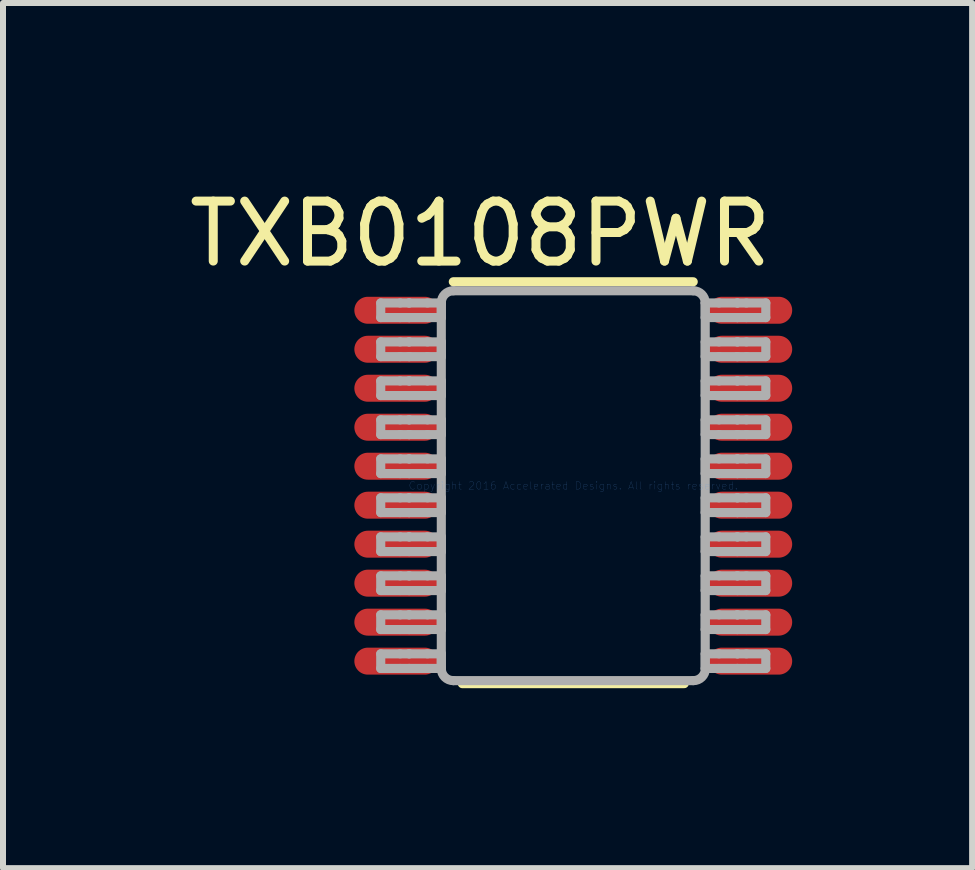
<source format=kicad_pcb>
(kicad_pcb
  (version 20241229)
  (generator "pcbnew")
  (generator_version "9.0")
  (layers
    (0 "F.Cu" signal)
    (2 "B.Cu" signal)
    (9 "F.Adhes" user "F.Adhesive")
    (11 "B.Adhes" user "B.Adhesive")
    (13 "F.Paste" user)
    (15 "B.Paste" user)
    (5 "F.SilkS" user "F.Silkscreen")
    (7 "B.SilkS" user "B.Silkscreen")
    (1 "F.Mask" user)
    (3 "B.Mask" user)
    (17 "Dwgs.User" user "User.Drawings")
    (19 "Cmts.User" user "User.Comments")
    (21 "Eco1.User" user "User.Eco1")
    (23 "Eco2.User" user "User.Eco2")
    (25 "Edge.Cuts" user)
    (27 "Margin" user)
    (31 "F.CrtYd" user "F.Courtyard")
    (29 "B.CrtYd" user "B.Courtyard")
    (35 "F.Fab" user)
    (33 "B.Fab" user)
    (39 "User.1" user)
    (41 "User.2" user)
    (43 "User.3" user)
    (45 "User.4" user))
  (footprint "TXB0108PWR"
    (layer "F.Cu")
    (at 6.508 5.048)
    (property "Reference" "TXB0108PWR" (at -1.55 -4.2 0) (layer "F.SilkS") (effects (font (size 1 1) (thickness 0.15))))
    (attr through_hole)
    (fp_line (start -2 -3.4) (end 2 -3.4) (stroke (width 0.152) (type solid)) (layer "F.SilkS"))
    (fp_line (start -1.85 3.3) (end 1.85 3.3) (stroke (width 0.152) (type solid)) (layer "F.SilkS"))
    (fp_line (start -3.21 -3.047) (end -2.887 -3.047) (stroke (width 0.152) (type solid)) (layer "F.Fab"))
    (fp_line (start -3.21 -2.803) (end -3.21 -3.047) (stroke (width 0.152) (type solid)) (layer "F.Fab"))
    (fp_line (start -3.21 -2.803) (end -2.887 -2.803) (stroke (width 0.152) (type solid)) (layer "F.Fab"))
    (fp_line (start -3.21 -2.398) (end -2.887 -2.398) (stroke (width 0.152) (type solid)) (layer "F.Fab"))
    (fp_line (start -3.21 -2.152) (end -3.21 -2.398) (stroke (width 0.152) (type solid)) (layer "F.Fab"))
    (fp_line (start -3.21 -2.152) (end -2.887 -2.152) (stroke (width 0.152) (type solid)) (layer "F.Fab"))
    (fp_line (start -3.21 -1.747) (end -2.887 -1.747) (stroke (width 0.152) (type solid)) (layer "F.Fab"))
    (fp_line (start -3.21 -1.503) (end -3.21 -1.747) (stroke (width 0.152) (type solid)) (layer "F.Fab"))
    (fp_line (start -3.21 -1.503) (end -2.887 -1.503) (stroke (width 0.152) (type solid)) (layer "F.Fab"))
    (fp_line (start -3.21 -1.098) (end -2.887 -1.098) (stroke (width 0.152) (type solid)) (layer "F.Fab"))
    (fp_line (start -3.21 -0.852) (end -3.21 -1.098) (stroke (width 0.152) (type solid)) (layer "F.Fab"))
    (fp_line (start -3.21 -0.852) (end -2.887 -0.852) (stroke (width 0.152) (type solid)) (layer "F.Fab"))
    (fp_line (start -3.21 -0.447) (end -2.887 -0.447) (stroke (width 0.152) (type solid)) (layer "F.Fab"))
    (fp_line (start -3.21 -0.202) (end -3.21 -0.447) (stroke (width 0.152) (type solid)) (layer "F.Fab"))
    (fp_line (start -3.21 -0.202) (end -2.887 -0.202) (stroke (width 0.152) (type solid)) (layer "F.Fab"))
    (fp_line (start -3.21 0.202) (end -2.887 0.202) (stroke (width 0.152) (type solid)) (layer "F.Fab"))
    (fp_line (start -3.21 0.448) (end -3.21 0.202) (stroke (width 0.152) (type solid)) (layer "F.Fab"))
    (fp_line (start -3.21 0.448) (end -2.887 0.448) (stroke (width 0.152) (type solid)) (layer "F.Fab"))
    (fp_line (start -3.21 0.853) (end -2.887 0.853) (stroke (width 0.152) (type solid)) (layer "F.Fab"))
    (fp_line (start -3.21 1.098) (end -3.21 0.853) (stroke (width 0.152) (type solid)) (layer "F.Fab"))
    (fp_line (start -3.21 1.098) (end -2.887 1.098) (stroke (width 0.152) (type solid)) (layer "F.Fab"))
    (fp_line (start -3.21 1.503) (end -2.887 1.503) (stroke (width 0.152) (type solid)) (layer "F.Fab"))
    (fp_line (start -3.21 1.748) (end -3.21 1.503) (stroke (width 0.152) (type solid)) (layer "F.Fab"))
    (fp_line (start -3.21 1.748) (end -2.887 1.748) (stroke (width 0.152) (type solid)) (layer "F.Fab"))
    (fp_line (start -3.21 2.153) (end -2.887 2.153) (stroke (width 0.152) (type solid)) (layer "F.Fab"))
    (fp_line (start -3.21 2.398) (end -3.21 2.153) (stroke (width 0.152) (type solid)) (layer "F.Fab"))
    (fp_line (start -3.21 2.398) (end -2.887 2.398) (stroke (width 0.152) (type solid)) (layer "F.Fab"))
    (fp_line (start -3.21 2.803) (end -2.887 2.803) (stroke (width 0.152) (type solid)) (layer "F.Fab"))
    (fp_line (start -3.21 3.047) (end -3.21 2.803) (stroke (width 0.152) (type solid)) (layer "F.Fab"))
    (fp_line (start -3.21 3.047) (end -2.887 3.047) (stroke (width 0.152) (type solid)) (layer "F.Fab"))
    (fp_line (start -2.887 -3.047) (end -2.739 -3.047) (stroke (width 0.152) (type solid)) (layer "F.Fab"))
    (fp_line (start -2.887 -2.803) (end -2.739 -2.803) (stroke (width 0.152) (type solid)) (layer "F.Fab"))
    (fp_line (start -2.887 -2.398) (end -2.739 -2.398) (stroke (width 0.152) (type solid)) (layer "F.Fab"))
    (fp_line (start -2.887 -2.152) (end -2.739 -2.152) (stroke (width 0.152) (type solid)) (layer "F.Fab"))
    (fp_line (start -2.887 -1.747) (end -2.739 -1.747) (stroke (width 0.152) (type solid)) (layer "F.Fab"))
    (fp_line (start -2.887 -1.503) (end -2.739 -1.503) (stroke (width 0.152) (type solid)) (layer "F.Fab"))
    (fp_line (start -2.887 -1.098) (end -2.739 -1.098) (stroke (width 0.152) (type solid)) (layer "F.Fab"))
    (fp_line (start -2.887 -0.852) (end -2.739 -0.852) (stroke (width 0.152) (type solid)) (layer "F.Fab"))
    (fp_line (start -2.887 -0.447) (end -2.739 -0.447) (stroke (width 0.152) (type solid)) (layer "F.Fab"))
    (fp_line (start -2.887 -0.202) (end -2.739 -0.202) (stroke (width 0.152) (type solid)) (layer "F.Fab"))
    (fp_line (start -2.887 0.202) (end -2.739 0.202) (stroke (width 0.152) (type solid)) (layer "F.Fab"))
    (fp_line (start -2.887 0.448) (end -2.739 0.448) (stroke (width 0.152) (type solid)) (layer "F.Fab"))
    (fp_line (start -2.887 0.853) (end -2.739 0.853) (stroke (width 0.152) (type solid)) (layer "F.Fab"))
    (fp_line (start -2.887 1.098) (end -2.739 1.098) (stroke (width 0.152) (type solid)) (layer "F.Fab"))
    (fp_line (start -2.887 1.503) (end -2.739 1.503) (stroke (width 0.152) (type solid)) (layer "F.Fab"))
    (fp_line (start -2.887 1.748) (end -2.739 1.748) (stroke (width 0.152) (type solid)) (layer "F.Fab"))
    (fp_line (start -2.887 2.153) (end -2.739 2.153) (stroke (width 0.152) (type solid)) (layer "F.Fab"))
    (fp_line (start -2.887 2.398) (end -2.739 2.398) (stroke (width 0.152) (type solid)) (layer "F.Fab"))
    (fp_line (start -2.887 2.803) (end -2.739 2.803) (stroke (width 0.152) (type solid)) (layer "F.Fab"))
    (fp_line (start -2.887 3.047) (end -2.739 3.047) (stroke (width 0.152) (type solid)) (layer "F.Fab"))
    (fp_line (start -2.739 -3.047) (end -2.733 -3.047) (stroke (width 0.152) (type solid)) (layer "F.Fab"))
    (fp_line (start -2.739 -2.803) (end -2.733 -2.803) (stroke (width 0.152) (type solid)) (layer "F.Fab"))
    (fp_line (start -2.739 -2.398) (end -2.733 -2.398) (stroke (width 0.152) (type solid)) (layer "F.Fab"))
    (fp_line (start -2.739 -2.152) (end -2.733 -2.152) (stroke (width 0.152) (type solid)) (layer "F.Fab"))
    (fp_line (start -2.739 -1.747) (end -2.733 -1.747) (stroke (width 0.152) (type solid)) (layer "F.Fab"))
    (fp_line (start -2.739 -1.503) (end -2.733 -1.503) (stroke (width 0.152) (type solid)) (layer "F.Fab"))
    (fp_line (start -2.739 -1.098) (end -2.733 -1.098) (stroke (width 0.152) (type solid)) (layer "F.Fab"))
    (fp_line (start -2.739 -0.852) (end -2.733 -0.852) (stroke (width 0.152) (type solid)) (layer "F.Fab"))
    (fp_line (start -2.739 -0.447) (end -2.733 -0.447) (stroke (width 0.152) (type solid)) (layer "F.Fab"))
    (fp_line (start -2.739 -0.202) (end -2.733 -0.202) (stroke (width 0.152) (type solid)) (layer "F.Fab"))
    (fp_line (start -2.739 0.202) (end -2.733 0.202) (stroke (width 0.152) (type solid)) (layer "F.Fab"))
    (fp_line (start -2.739 0.448) (end -2.733 0.448) (stroke (width 0.152) (type solid)) (layer "F.Fab"))
    (fp_line (start -2.739 0.853) (end -2.733 0.853) (stroke (width 0.152) (type solid)) (layer "F.Fab"))
    (fp_line (start -2.739 1.098) (end -2.733 1.098) (stroke (width 0.152) (type solid)) (layer "F.Fab"))
    (fp_line (start -2.739 1.503) (end -2.733 1.503) (stroke (width 0.152) (type solid)) (layer "F.Fab"))
    (fp_line (start -2.739 1.748) (end -2.733 1.748) (stroke (width 0.152) (type solid)) (layer "F.Fab"))
    (fp_line (start -2.739 2.153) (end -2.733 2.153) (stroke (width 0.152) (type solid)) (layer "F.Fab"))
    (fp_line (start -2.739 2.398) (end -2.733 2.398) (stroke (width 0.152) (type solid)) (layer "F.Fab"))
    (fp_line (start -2.739 2.803) (end -2.733 2.803) (stroke (width 0.152) (type solid)) (layer "F.Fab"))
    (fp_line (start -2.739 3.047) (end -2.733 3.047) (stroke (width 0.152) (type solid)) (layer "F.Fab"))
    (fp_line (start -2.733 -3.047) (end -2.431 -3.047) (stroke (width 0.152) (type solid)) (layer "F.Fab"))
    (fp_line (start -2.733 -2.803) (end -2.431 -2.803) (stroke (width 0.152) (type solid)) (layer "F.Fab"))
    (fp_line (start -2.733 -2.398) (end -2.431 -2.398) (stroke (width 0.152) (type solid)) (layer "F.Fab"))
    (fp_line (start -2.733 -2.152) (end -2.431 -2.152) (stroke (width 0.152) (type solid)) (layer "F.Fab"))
    (fp_line (start -2.733 -1.747) (end -2.431 -1.747) (stroke (width 0.152) (type solid)) (layer "F.Fab"))
    (fp_line (start -2.733 -1.503) (end -2.431 -1.503) (stroke (width 0.152) (type solid)) (layer "F.Fab"))
    (fp_line (start -2.733 -1.098) (end -2.431 -1.098) (stroke (width 0.152) (type solid)) (layer "F.Fab"))
    (fp_line (start -2.733 -0.852) (end -2.431 -0.852) (stroke (width 0.152) (type solid)) (layer "F.Fab"))
    (fp_line (start -2.733 -0.447) (end -2.431 -0.447) (stroke (width 0.152) (type solid)) (layer "F.Fab"))
    (fp_line (start -2.733 -0.202) (end -2.431 -0.202) (stroke (width 0.152) (type solid)) (layer "F.Fab"))
    (fp_line (start -2.733 0.202) (end -2.431 0.202) (stroke (width 0.152) (type solid)) (layer "F.Fab"))
    (fp_line (start -2.733 0.448) (end -2.431 0.448) (stroke (width 0.152) (type solid)) (layer "F.Fab"))
    (fp_line (start -2.733 0.853) (end -2.431 0.853) (stroke (width 0.152) (type solid)) (layer "F.Fab"))
    (fp_line (start -2.733 1.098) (end -2.431 1.098) (stroke (width 0.152) (type solid)) (layer "F.Fab"))
    (fp_line (start -2.733 1.503) (end -2.431 1.503) (stroke (width 0.152) (type solid)) (layer "F.Fab"))
    (fp_line (start -2.733 1.748) (end -2.431 1.748) (stroke (width 0.152) (type solid)) (layer "F.Fab"))
    (fp_line (start -2.733 2.153) (end -2.431 2.153) (stroke (width 0.152) (type solid)) (layer "F.Fab"))
    (fp_line (start -2.733 2.398) (end -2.431 2.398) (stroke (width 0.152) (type solid)) (layer "F.Fab"))
    (fp_line (start -2.733 2.803) (end -2.431 2.803) (stroke (width 0.152) (type solid)) (layer "F.Fab"))
    (fp_line (start -2.733 3.047) (end -2.431 3.047) (stroke (width 0.152) (type solid)) (layer "F.Fab"))
    (fp_line (start -2.431 -3.047) (end -2.2 -3.047) (stroke (width 0.152) (type solid)) (layer "F.Fab"))
    (fp_line (start -2.431 -2.803) (end -2.2 -2.803) (stroke (width 0.152) (type solid)) (layer "F.Fab"))
    (fp_line (start -2.431 -2.398) (end -2.2 -2.398) (stroke (width 0.152) (type solid)) (layer "F.Fab"))
    (fp_line (start -2.431 -2.152) (end -2.2 -2.152) (stroke (width 0.152) (type solid)) (layer "F.Fab"))
    (fp_line (start -2.431 -1.747) (end -2.2 -1.747) (stroke (width 0.152) (type solid)) (layer "F.Fab"))
    (fp_line (start -2.431 -1.503) (end -2.2 -1.503) (stroke (width 0.152) (type solid)) (layer "F.Fab"))
    (fp_line (start -2.431 -1.098) (end -2.2 -1.098) (stroke (width 0.152) (type solid)) (layer "F.Fab"))
    (fp_line (start -2.431 -0.852) (end -2.2 -0.852) (stroke (width 0.152) (type solid)) (layer "F.Fab"))
    (fp_line (start -2.431 -0.447) (end -2.2 -0.447) (stroke (width 0.152) (type solid)) (layer "F.Fab"))
    (fp_line (start -2.431 -0.202) (end -2.2 -0.202) (stroke (width 0.152) (type solid)) (layer "F.Fab"))
    (fp_line (start -2.431 0.202) (end -2.2 0.202) (stroke (width 0.152) (type solid)) (layer "F.Fab"))
    (fp_line (start -2.431 0.448) (end -2.2 0.448) (stroke (width 0.152) (type solid)) (layer "F.Fab"))
    (fp_line (start -2.431 0.853) (end -2.2 0.853) (stroke (width 0.152) (type solid)) (layer "F.Fab"))
    (fp_line (start -2.431 1.098) (end -2.2 1.098) (stroke (width 0.152) (type solid)) (layer "F.Fab"))
    (fp_line (start -2.431 1.503) (end -2.2 1.503) (stroke (width 0.152) (type solid)) (layer "F.Fab"))
    (fp_line (start -2.431 1.748) (end -2.2 1.748) (stroke (width 0.152) (type solid)) (layer "F.Fab"))
    (fp_line (start -2.431 2.153) (end -2.2 2.153) (stroke (width 0.152) (type solid)) (layer "F.Fab"))
    (fp_line (start -2.431 2.398) (end -2.2 2.398) (stroke (width 0.152) (type solid)) (layer "F.Fab"))
    (fp_line (start -2.431 2.803) (end -2.2 2.803) (stroke (width 0.152) (type solid)) (layer "F.Fab"))
    (fp_line (start -2.431 3.047) (end -2.2 3.047) (stroke (width 0.152) (type solid)) (layer "F.Fab"))
    (fp_line (start -2.2 -2.803) (end -2.2 -3.047) (stroke (width 0.152) (type solid)) (layer "F.Fab"))
    (fp_line (start -2.2 -2.152) (end -2.2 -2.398) (stroke (width 0.152) (type solid)) (layer "F.Fab"))
    (fp_line (start -2.2 -1.503) (end -2.2 -1.747) (stroke (width 0.152) (type solid)) (layer "F.Fab"))
    (fp_line (start -2.2 -0.852) (end -2.2 -1.098) (stroke (width 0.152) (type solid)) (layer "F.Fab"))
    (fp_line (start -2.2 -0.202) (end -2.2 -0.447) (stroke (width 0.152) (type solid)) (layer "F.Fab"))
    (fp_line (start -2.2 0.448) (end -2.2 0.202) (stroke (width 0.152) (type solid)) (layer "F.Fab"))
    (fp_line (start -2.2 1.098) (end -2.2 0.853) (stroke (width 0.152) (type solid)) (layer "F.Fab"))
    (fp_line (start -2.2 1.748) (end -2.2 1.503) (stroke (width 0.152) (type solid)) (layer "F.Fab"))
    (fp_line (start -2.2 2.398) (end -2.2 2.153) (stroke (width 0.152) (type solid)) (layer "F.Fab"))
    (fp_line (start -2.2 3.047) (end -2.2 2.803) (stroke (width 0.152) (type solid)) (layer "F.Fab"))
    (fp_line (start -2.2 3.05) (end -2.2 -3.05) (stroke (width 0.152) (type solid)) (layer "F.Fab"))
    (fp_line (start -2 -3.25) (end 2 -3.25) (stroke (width 0.152) (type solid)) (layer "F.Fab"))
    (fp_line (start -2 3.25) (end 2 3.25) (stroke (width 0.152) (type solid)) (layer "F.Fab"))
    (fp_line (start 2.2 -3.047) (end 2.43 -3.047) (stroke (width 0.152) (type solid)) (layer "F.Fab"))
    (fp_line (start 2.2 -2.803) (end 2.2 -3.047) (stroke (width 0.152) (type solid)) (layer "F.Fab"))
    (fp_line (start 2.2 -2.803) (end 2.43 -2.803) (stroke (width 0.152) (type solid)) (layer "F.Fab"))
    (fp_line (start 2.2 -2.398) (end 2.43 -2.398) (stroke (width 0.152) (type solid)) (layer "F.Fab"))
    (fp_line (start 2.2 -2.152) (end 2.2 -2.398) (stroke (width 0.152) (type solid)) (layer "F.Fab"))
    (fp_line (start 2.2 -2.152) (end 2.43 -2.152) (stroke (width 0.152) (type solid)) (layer "F.Fab"))
    (fp_line (start 2.2 -1.747) (end 2.43 -1.747) (stroke (width 0.152) (type solid)) (layer "F.Fab"))
    (fp_line (start 2.2 -1.503) (end 2.2 -1.747) (stroke (width 0.152) (type solid)) (layer "F.Fab"))
    (fp_line (start 2.2 -1.503) (end 2.43 -1.503) (stroke (width 0.152) (type solid)) (layer "F.Fab"))
    (fp_line (start 2.2 -1.098) (end 2.43 -1.098) (stroke (width 0.152) (type solid)) (layer "F.Fab"))
    (fp_line (start 2.2 -0.852) (end 2.2 -1.098) (stroke (width 0.152) (type solid)) (layer "F.Fab"))
    (fp_line (start 2.2 -0.852) (end 2.43 -0.852) (stroke (width 0.152) (type solid)) (layer "F.Fab"))
    (fp_line (start 2.2 -0.447) (end 2.43 -0.447) (stroke (width 0.152) (type solid)) (layer "F.Fab"))
    (fp_line (start 2.2 -0.202) (end 2.2 -0.447) (stroke (width 0.152) (type solid)) (layer "F.Fab"))
    (fp_line (start 2.2 -0.202) (end 2.43 -0.202) (stroke (width 0.152) (type solid)) (layer "F.Fab"))
    (fp_line (start 2.2 0.202) (end 2.43 0.202) (stroke (width 0.152) (type solid)) (layer "F.Fab"))
    (fp_line (start 2.2 0.448) (end 2.2 0.202) (stroke (width 0.152) (type solid)) (layer "F.Fab"))
    (fp_line (start 2.2 0.448) (end 2.43 0.448) (stroke (width 0.152) (type solid)) (layer "F.Fab"))
    (fp_line (start 2.2 0.853) (end 2.43 0.853) (stroke (width 0.152) (type solid)) (layer "F.Fab"))
    (fp_line (start 2.2 1.098) (end 2.2 0.853) (stroke (width 0.152) (type solid)) (layer "F.Fab"))
    (fp_line (start 2.2 1.098) (end 2.43 1.098) (stroke (width 0.152) (type solid)) (layer "F.Fab"))
    (fp_line (start 2.2 1.503) (end 2.43 1.503) (stroke (width 0.152) (type solid)) (layer "F.Fab"))
    (fp_line (start 2.2 1.748) (end 2.2 1.503) (stroke (width 0.152) (type solid)) (layer "F.Fab"))
    (fp_line (start 2.2 1.748) (end 2.43 1.748) (stroke (width 0.152) (type solid)) (layer "F.Fab"))
    (fp_line (start 2.2 2.153) (end 2.43 2.153) (stroke (width 0.152) (type solid)) (layer "F.Fab"))
    (fp_line (start 2.2 2.398) (end 2.2 2.153) (stroke (width 0.152) (type solid)) (layer "F.Fab"))
    (fp_line (start 2.2 2.398) (end 2.43 2.398) (stroke (width 0.152) (type solid)) (layer "F.Fab"))
    (fp_line (start 2.2 2.803) (end 2.43 2.803) (stroke (width 0.152) (type solid)) (layer "F.Fab"))
    (fp_line (start 2.2 3.047) (end 2.2 2.803) (stroke (width 0.152) (type solid)) (layer "F.Fab"))
    (fp_line (start 2.2 3.047) (end 2.43 3.047) (stroke (width 0.152) (type solid)) (layer "F.Fab"))
    (fp_line (start 2.2 3.05) (end 2.2 -3.05) (stroke (width 0.152) (type solid)) (layer "F.Fab"))
    (fp_line (start 2.43 -3.047) (end 2.733 -3.047) (stroke (width 0.152) (type solid)) (layer "F.Fab"))
    (fp_line (start 2.43 -2.803) (end 2.733 -2.803) (stroke (width 0.152) (type solid)) (layer "F.Fab"))
    (fp_line (start 2.43 -2.398) (end 2.733 -2.398) (stroke (width 0.152) (type solid)) (layer "F.Fab"))
    (fp_line (start 2.43 -2.152) (end 2.733 -2.152) (stroke (width 0.152) (type solid)) (layer "F.Fab"))
    (fp_line (start 2.43 -1.747) (end 2.733 -1.747) (stroke (width 0.152) (type solid)) (layer "F.Fab"))
    (fp_line (start 2.43 -1.503) (end 2.733 -1.503) (stroke (width 0.152) (type solid)) (layer "F.Fab"))
    (fp_line (start 2.43 -1.098) (end 2.733 -1.098) (stroke (width 0.152) (type solid)) (layer "F.Fab"))
    (fp_line (start 2.43 -0.852) (end 2.733 -0.852) (stroke (width 0.152) (type solid)) (layer "F.Fab"))
    (fp_line (start 2.43 -0.447) (end 2.733 -0.447) (stroke (width 0.152) (type solid)) (layer "F.Fab"))
    (fp_line (start 2.43 -0.202) (end 2.733 -0.202) (stroke (width 0.152) (type solid)) (layer "F.Fab"))
    (fp_line (start 2.43 0.202) (end 2.733 0.202) (stroke (width 0.152) (type solid)) (layer "F.Fab"))
    (fp_line (start 2.43 0.448) (end 2.733 0.448) (stroke (width 0.152) (type solid)) (layer "F.Fab"))
    (fp_line (start 2.43 0.853) (end 2.733 0.853) (stroke (width 0.152) (type solid)) (layer "F.Fab"))
    (fp_line (start 2.43 1.098) (end 2.733 1.098) (stroke (width 0.152) (type solid)) (layer "F.Fab"))
    (fp_line (start 2.43 1.503) (end 2.733 1.503) (stroke (width 0.152) (type solid)) (layer "F.Fab"))
    (fp_line (start 2.43 1.748) (end 2.733 1.748) (stroke (width 0.152) (type solid)) (layer "F.Fab"))
    (fp_line (start 2.43 2.153) (end 2.733 2.153) (stroke (width 0.152) (type solid)) (layer "F.Fab"))
    (fp_line (start 2.43 2.398) (end 2.733 2.398) (stroke (width 0.152) (type solid)) (layer "F.Fab"))
    (fp_line (start 2.43 2.803) (end 2.733 2.803) (stroke (width 0.152) (type solid)) (layer "F.Fab"))
    (fp_line (start 2.43 3.047) (end 2.733 3.047) (stroke (width 0.152) (type solid)) (layer "F.Fab"))
    (fp_line (start 2.733 -3.047) (end 2.739 -3.047) (stroke (width 0.152) (type solid)) (layer "F.Fab"))
    (fp_line (start 2.733 -2.803) (end 2.739 -2.803) (stroke (width 0.152) (type solid)) (layer "F.Fab"))
    (fp_line (start 2.733 -2.398) (end 2.739 -2.398) (stroke (width 0.152) (type solid)) (layer "F.Fab"))
    (fp_line (start 2.733 -2.152) (end 2.739 -2.152) (stroke (width 0.152) (type solid)) (layer "F.Fab"))
    (fp_line (start 2.733 -1.747) (end 2.739 -1.747) (stroke (width 0.152) (type solid)) (layer "F.Fab"))
    (fp_line (start 2.733 -1.503) (end 2.739 -1.503) (stroke (width 0.152) (type solid)) (layer "F.Fab"))
    (fp_line (start 2.733 -1.098) (end 2.739 -1.098) (stroke (width 0.152) (type solid)) (layer "F.Fab"))
    (fp_line (start 2.733 -0.852) (end 2.739 -0.852) (stroke (width 0.152) (type solid)) (layer "F.Fab"))
    (fp_line (start 2.733 -0.447) (end 2.739 -0.447) (stroke (width 0.152) (type solid)) (layer "F.Fab"))
    (fp_line (start 2.733 -0.202) (end 2.739 -0.202) (stroke (width 0.152) (type solid)) (layer "F.Fab"))
    (fp_line (start 2.733 0.202) (end 2.739 0.202) (stroke (width 0.152) (type solid)) (layer "F.Fab"))
    (fp_line (start 2.733 0.448) (end 2.739 0.448) (stroke (width 0.152) (type solid)) (layer "F.Fab"))
    (fp_line (start 2.733 0.853) (end 2.739 0.853) (stroke (width 0.152) (type solid)) (layer "F.Fab"))
    (fp_line (start 2.733 1.098) (end 2.739 1.098) (stroke (width 0.152) (type solid)) (layer "F.Fab"))
    (fp_line (start 2.733 1.503) (end 2.739 1.503) (stroke (width 0.152) (type solid)) (layer "F.Fab"))
    (fp_line (start 2.733 1.748) (end 2.739 1.748) (stroke (width 0.152) (type solid)) (layer "F.Fab"))
    (fp_line (start 2.733 2.153) (end 2.739 2.153) (stroke (width 0.152) (type solid)) (layer "F.Fab"))
    (fp_line (start 2.733 2.398) (end 2.739 2.398) (stroke (width 0.152) (type solid)) (layer "F.Fab"))
    (fp_line (start 2.733 2.803) (end 2.739 2.803) (stroke (width 0.152) (type solid)) (layer "F.Fab"))
    (fp_line (start 2.733 3.047) (end 2.739 3.047) (stroke (width 0.152) (type solid)) (layer "F.Fab"))
    (fp_line (start 2.739 -3.047) (end 2.887 -3.047) (stroke (width 0.152) (type solid)) (layer "F.Fab"))
    (fp_line (start 2.739 -2.803) (end 2.887 -2.803) (stroke (width 0.152) (type solid)) (layer "F.Fab"))
    (fp_line (start 2.739 -2.398) (end 2.887 -2.398) (stroke (width 0.152) (type solid)) (layer "F.Fab"))
    (fp_line (start 2.739 -2.152) (end 2.887 -2.152) (stroke (width 0.152) (type solid)) (layer "F.Fab"))
    (fp_line (start 2.739 -1.747) (end 2.887 -1.747) (stroke (width 0.152) (type solid)) (layer "F.Fab"))
    (fp_line (start 2.739 -1.503) (end 2.887 -1.503) (stroke (width 0.152) (type solid)) (layer "F.Fab"))
    (fp_line (start 2.739 -1.098) (end 2.887 -1.098) (stroke (width 0.152) (type solid)) (layer "F.Fab"))
    (fp_line (start 2.739 -0.852) (end 2.887 -0.852) (stroke (width 0.152) (type solid)) (layer "F.Fab"))
    (fp_line (start 2.739 -0.447) (end 2.887 -0.447) (stroke (width 0.152) (type solid)) (layer "F.Fab"))
    (fp_line (start 2.739 -0.202) (end 2.887 -0.202) (stroke (width 0.152) (type solid)) (layer "F.Fab"))
    (fp_line (start 2.739 0.202) (end 2.887 0.202) (stroke (width 0.152) (type solid)) (layer "F.Fab"))
    (fp_line (start 2.739 0.448) (end 2.887 0.448) (stroke (width 0.152) (type solid)) (layer "F.Fab"))
    (fp_line (start 2.739 0.853) (end 2.887 0.853) (stroke (width 0.152) (type solid)) (layer "F.Fab"))
    (fp_line (start 2.739 1.098) (end 2.887 1.098) (stroke (width 0.152) (type solid)) (layer "F.Fab"))
    (fp_line (start 2.739 1.503) (end 2.887 1.503) (stroke (width 0.152) (type solid)) (layer "F.Fab"))
    (fp_line (start 2.739 1.748) (end 2.887 1.748) (stroke (width 0.152) (type solid)) (layer "F.Fab"))
    (fp_line (start 2.739 2.153) (end 2.887 2.153) (stroke (width 0.152) (type solid)) (layer "F.Fab"))
    (fp_line (start 2.739 2.398) (end 2.887 2.398) (stroke (width 0.152) (type solid)) (layer "F.Fab"))
    (fp_line (start 2.739 2.803) (end 2.887 2.803) (stroke (width 0.152) (type solid)) (layer "F.Fab"))
    (fp_line (start 2.739 3.047) (end 2.887 3.047) (stroke (width 0.152) (type solid)) (layer "F.Fab"))
    (fp_line (start 2.887 -3.047) (end 3.21 -3.047) (stroke (width 0.152) (type solid)) (layer "F.Fab"))
    (fp_line (start 2.887 -2.803) (end 3.21 -2.803) (stroke (width 0.152) (type solid)) (layer "F.Fab"))
    (fp_line (start 2.887 -2.398) (end 3.21 -2.398) (stroke (width 0.152) (type solid)) (layer "F.Fab"))
    (fp_line (start 2.887 -2.152) (end 3.21 -2.152) (stroke (width 0.152) (type solid)) (layer "F.Fab"))
    (fp_line (start 2.887 -1.747) (end 3.21 -1.747) (stroke (width 0.152) (type solid)) (layer "F.Fab"))
    (fp_line (start 2.887 -1.503) (end 3.21 -1.503) (stroke (width 0.152) (type solid)) (layer "F.Fab"))
    (fp_line (start 2.887 -1.098) (end 3.21 -1.098) (stroke (width 0.152) (type solid)) (layer "F.Fab"))
    (fp_line (start 2.887 -0.852) (end 3.21 -0.852) (stroke (width 0.152) (type solid)) (layer "F.Fab"))
    (fp_line (start 2.887 -0.447) (end 3.21 -0.447) (stroke (width 0.152) (type solid)) (layer "F.Fab"))
    (fp_line (start 2.887 -0.202) (end 3.21 -0.202) (stroke (width 0.152) (type solid)) (layer "F.Fab"))
    (fp_line (start 2.887 0.202) (end 3.21 0.202) (stroke (width 0.152) (type solid)) (layer "F.Fab"))
    (fp_line (start 2.887 0.448) (end 3.21 0.448) (stroke (width 0.152) (type solid)) (layer "F.Fab"))
    (fp_line (start 2.887 0.853) (end 3.21 0.853) (stroke (width 0.152) (type solid)) (layer "F.Fab"))
    (fp_line (start 2.887 1.098) (end 3.21 1.098) (stroke (width 0.152) (type solid)) (layer "F.Fab"))
    (fp_line (start 2.887 1.503) (end 3.21 1.503) (stroke (width 0.152) (type solid)) (layer "F.Fab"))
    (fp_line (start 2.887 1.748) (end 3.21 1.748) (stroke (width 0.152) (type solid)) (layer "F.Fab"))
    (fp_line (start 2.887 2.153) (end 3.21 2.153) (stroke (width 0.152) (type solid)) (layer "F.Fab"))
    (fp_line (start 2.887 2.398) (end 3.21 2.398) (stroke (width 0.152) (type solid)) (layer "F.Fab"))
    (fp_line (start 2.887 2.803) (end 3.21 2.803) (stroke (width 0.152) (type solid)) (layer "F.Fab"))
    (fp_line (start 2.887 3.047) (end 3.21 3.047) (stroke (width 0.152) (type solid)) (layer "F.Fab"))
    (fp_line (start 3.21 -2.803) (end 3.21 -3.047) (stroke (width 0.152) (type solid)) (layer "F.Fab"))
    (fp_line (start 3.21 -2.152) (end 3.21 -2.398) (stroke (width 0.152) (type solid)) (layer "F.Fab"))
    (fp_line (start 3.21 -1.503) (end 3.21 -1.747) (stroke (width 0.152) (type solid)) (layer "F.Fab"))
    (fp_line (start 3.21 -0.852) (end 3.21 -1.098) (stroke (width 0.152) (type solid)) (layer "F.Fab"))
    (fp_line (start 3.21 -0.202) (end 3.21 -0.447) (stroke (width 0.152) (type solid)) (layer "F.Fab"))
    (fp_line (start 3.21 0.448) (end 3.21 0.202) (stroke (width 0.152) (type solid)) (layer "F.Fab"))
    (fp_line (start 3.21 1.098) (end 3.21 0.853) (stroke (width 0.152) (type solid)) (layer "F.Fab"))
    (fp_line (start 3.21 1.748) (end 3.21 1.503) (stroke (width 0.152) (type solid)) (layer "F.Fab"))
    (fp_line (start 3.21 2.398) (end 3.21 2.153) (stroke (width 0.152) (type solid)) (layer "F.Fab"))
    (fp_line (start 3.21 3.047) (end 3.21 2.803) (stroke (width 0.152) (type solid)) (layer "F.Fab"))
    (fp_arc (start -2.200026 -3.049989) (mid -2.141444 -3.191419) (end -2.000014 -3.250001) (stroke (width 0.1524) (type solid)) (layer "F.Fab"))
    (fp_arc (start -2.000014 3.250011) (mid -2.141444 3.191429) (end -2.200026 3.049999) (stroke (width 0.1524) (type solid)) (layer "F.Fab"))
    (fp_arc (start 1.999991 -3.250002) (mid 2.141412 -3.191423) (end 2.199991 -3.050002) (stroke (width 0.1524) (type solid)) (layer "F.Fab"))
    (fp_arc (start 2.202515 3.05) (mid 2.143936 3.191421) (end 2.002515 3.25) (stroke (width 0.1524) (type solid)) (layer "F.Fab"))
    (fp_text user "Copyright 2016 Accelerated Designs. All rights reserved." (at 0 0 0) (layer "Cmts.User") (effects (font (size 0.127 0.127) (thickness 0.002))))
    (pad "1" smd oval (at -2.95 -2.925 90) (size 0.45 1.4) (layers "F.Cu" "F.Mask" "F.Paste"))
    (pad "2" smd oval (at -2.95 -2.275 90) (size 0.45 1.4) (layers "F.Cu" "F.Mask" "F.Paste"))
    (pad "3" smd oval (at -2.95 -1.625 90) (size 0.45 1.4) (layers "F.Cu" "F.Mask" "F.Paste"))
    (pad "4" smd oval (at -2.95 -0.975 90) (size 0.45 1.4) (layers "F.Cu" "F.Mask" "F.Paste"))
    (pad "5" smd oval (at -2.95 -0.325 90) (size 0.45 1.4) (layers "F.Cu" "F.Mask" "F.Paste"))
    (pad "6" smd oval (at -2.95 0.325 90) (size 0.45 1.4) (layers "F.Cu" "F.Mask" "F.Paste"))
    (pad "7" smd oval (at -2.95 0.975 90) (size 0.45 1.4) (layers "F.Cu" "F.Mask" "F.Paste"))
    (pad "8" smd oval (at -2.95 1.625 90) (size 0.45 1.4) (layers "F.Cu" "F.Mask" "F.Paste"))
    (pad "9" smd oval (at -2.95 2.275 90) (size 0.45 1.4) (layers "F.Cu" "F.Mask" "F.Paste"))
    (pad "10" smd oval (at -2.95 2.925 90) (size 0.45 1.4) (layers "F.Cu" "F.Mask" "F.Paste"))
    (pad "11" smd oval (at 2.95 2.925 90) (size 0.45 1.4) (layers "F.Cu" "F.Mask" "F.Paste"))
    (pad "12" smd oval (at 2.95 2.275 90) (size 0.45 1.4) (layers "F.Cu" "F.Mask" "F.Paste"))
    (pad "13" smd oval (at 2.95 1.625 90) (size 0.45 1.4) (layers "F.Cu" "F.Mask" "F.Paste"))
    (pad "14" smd oval (at 2.95 0.975 90) (size 0.45 1.4) (layers "F.Cu" "F.Mask" "F.Paste"))
    (pad "15" smd oval (at 2.95 0.325 90) (size 0.45 1.4) (layers "F.Cu" "F.Mask" "F.Paste"))
    (pad "16" smd oval (at 2.95 -0.325 90) (size 0.45 1.4) (layers "F.Cu" "F.Mask" "F.Paste"))
    (pad "17" smd oval (at 2.95 -0.975 90) (size 0.45 1.4) (layers "F.Cu" "F.Mask" "F.Paste"))
    (pad "18" smd oval (at 2.95 -1.625 90) (size 0.45 1.4) (layers "F.Cu" "F.Mask" "F.Paste"))
    (pad "19" smd oval (at 2.95 -2.275 90) (size 0.45 1.4) (layers "F.Cu" "F.Mask" "F.Paste"))
    (pad "20" smd oval (at 2.95 -2.925 90) (size 0.45 1.4) (layers "F.Cu" "F.Mask" "F.Paste")))
  (gr_rect
    (start -3 -3)
    (end 13.158 11.424)
    (stroke (width 0.1) (type default))
    (fill no)
    (layer "Edge.Cuts")))
</source>
